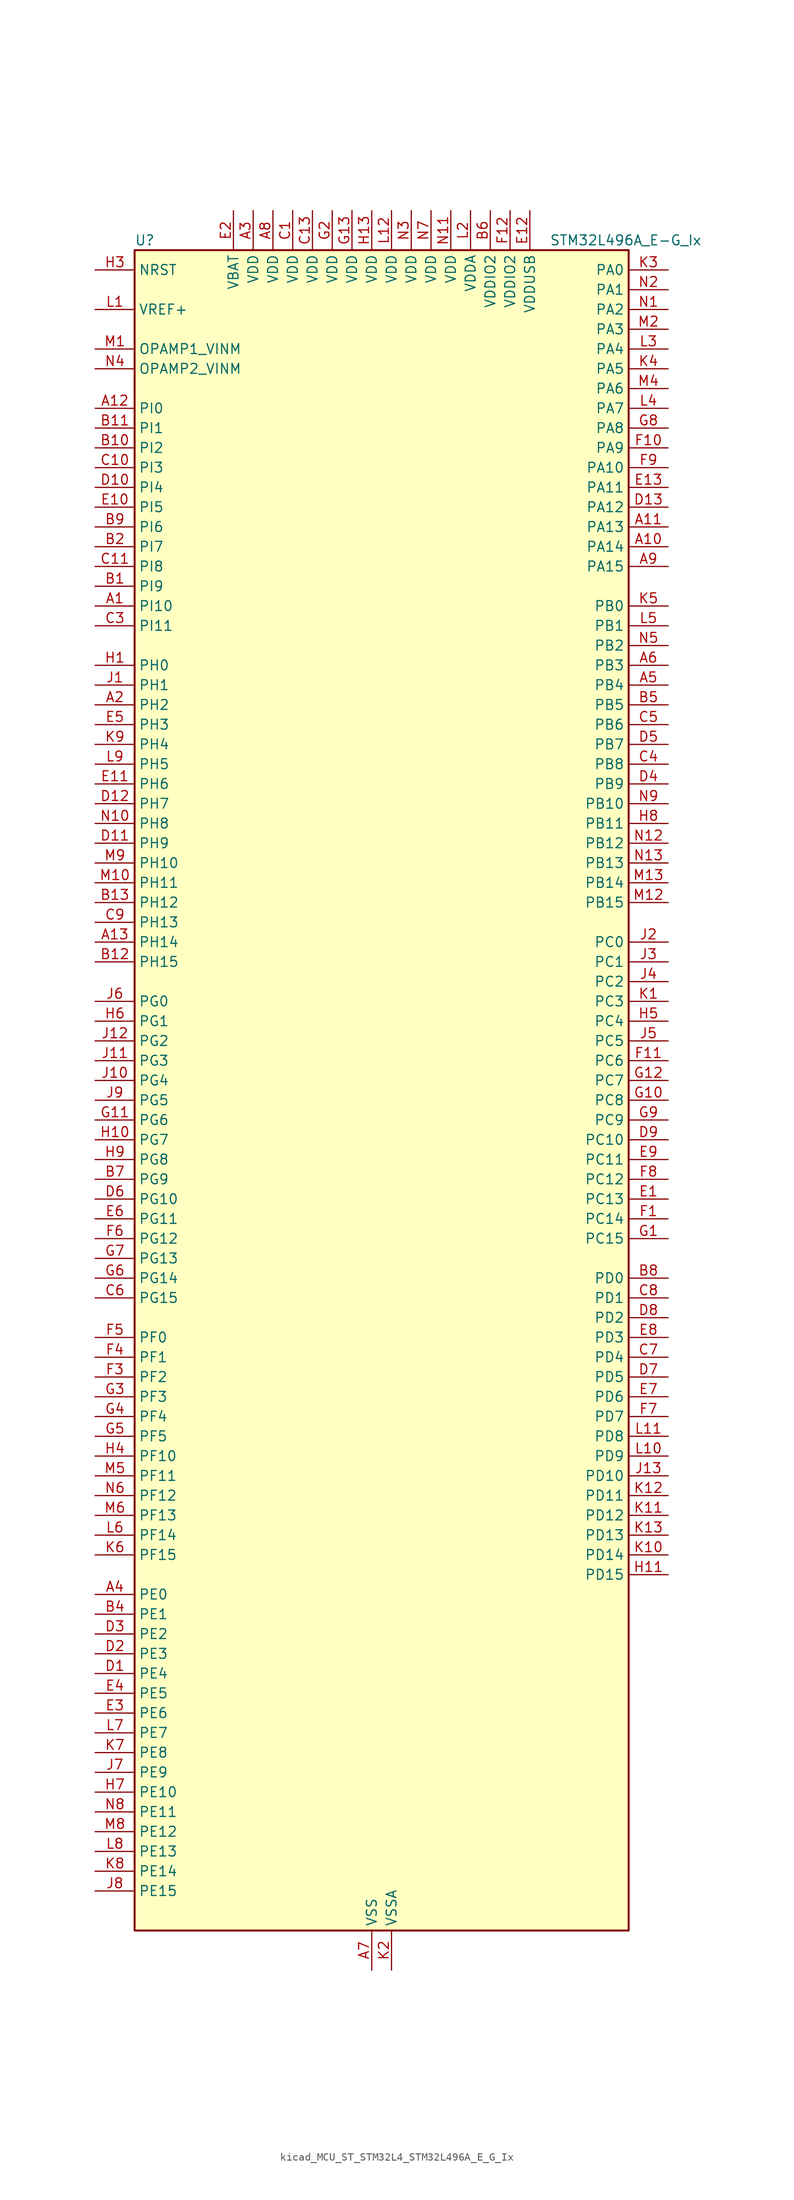
<source format=kicad_sym>
(kicad_symbol_lib
  (version 20220914)
  (generator kicad_symbol_editor)
  (symbol "kicad_MCU_ST_STM32L4_STM32L496A_E_G_Ix"
    (property "Reference" "U"
      (at -30.48 110.49 0)
      (effects (font (size 1.27 1.27)) (justify left)))
    (property "Value" "STM32L496A_E-G_Ix"
      (at 22.86 110.49 0)
      (effects (font (size 1.27 1.27)) (justify left)))
    (property "ki_locked" ""
      (at 0 0 0)
      (effects (font (size 1.27 1.27))))
    (symbol "kicad_MCU_ST_STM32L4_STM32L496A_E_G_Ix_0_1"
      (rectangle (start -30.48 -106.68) (end 33.02 109.22) (stroke (width 0.254) (type default)) (fill (type background))))
    (symbol "kicad_MCU_ST_STM32L4_STM32L496A_E_G_Ix_1_1"
      (pin bidirectional line (at -35.56 63.5 0) (length 5.08) (name "PI10" (effects (font (size 1.27 1.27)))) (number "A1" (effects (font (size 1.27 1.27)))))
      (pin bidirectional line (at 38.1 71.12 180) (length 5.08) (name "PA14" (effects (font (size 1.27 1.27)))) (number "A10" (effects (font (size 1.27 1.27)))) (alternate "I2C1_SMBA" bidirectional line) (alternate "I2C4_SMBA" bidirectional line) (alternate "LPTIM1_OUT" bidirectional line) (alternate "SAI1_FS_B" bidirectional line) (alternate "SWPMI1_RX" bidirectional line) (alternate "SYS_JTCK-SWCLK" bidirectional line) (alternate "USB_OTG_FS_SOF" bidirectional line))
      (pin bidirectional line (at 38.1 73.66 180) (length 5.08) (name "PA13" (effects (font (size 1.27 1.27)))) (number "A11" (effects (font (size 1.27 1.27)))) (alternate "IR_OUT" bidirectional line) (alternate "SAI1_SD_B" bidirectional line) (alternate "SWPMI1_TX" bidirectional line) (alternate "SYS_JTMS-SWDIO" bidirectional line) (alternate "USB_OTG_FS_NOE" bidirectional line))
      (pin bidirectional line (at -35.56 88.9 0) (length 5.08) (name "PI0" (effects (font (size 1.27 1.27)))) (number "A12" (effects (font (size 1.27 1.27)))) (alternate "DCMI_D13" bidirectional line) (alternate "SPI2_NSS" bidirectional line) (alternate "TIM5_CH4" bidirectional line))
      (pin bidirectional line (at -35.56 20.32 0) (length 5.08) (name "PH14" (effects (font (size 1.27 1.27)))) (number "A13" (effects (font (size 1.27 1.27)))) (alternate "DCMI_D4" bidirectional line) (alternate "TIM8_CH2N" bidirectional line))
      (pin bidirectional line (at -35.56 50.8 0) (length 5.08) (name "PH2" (effects (font (size 1.27 1.27)))) (number "A2" (effects (font (size 1.27 1.27)))) (alternate "QUADSPI_BK2_IO0" bidirectional line))
      (pin power_in line (at -15.24 114.3 270) (length 5.08) (name "VDD" (effects (font (size 1.27 1.27)))) (number "A3" (effects (font (size 1.27 1.27)))))
      (pin bidirectional line (at -35.56 -63.5 0) (length 5.08) (name "PE0" (effects (font (size 1.27 1.27)))) (number "A4" (effects (font (size 1.27 1.27)))) (alternate "DCMI_D2" bidirectional line) (alternate "FMC_NBL0" bidirectional line) (alternate "LCD_SEG36" bidirectional line) (alternate "TIM16_CH1" bidirectional line) (alternate "TIM4_ETR" bidirectional line))
      (pin bidirectional line (at 38.1 53.34 180) (length 5.08) (name "PB4" (effects (font (size 1.27 1.27)))) (number "A5" (effects (font (size 1.27 1.27)))) (alternate "COMP2_INP" bidirectional line) (alternate "DCMI_D12" bidirectional line) (alternate "I2C3_SDA" bidirectional line) (alternate "LCD_SEG8" bidirectional line) (alternate "SAI1_MCLK_B" bidirectional line) (alternate "SPI1_MISO" bidirectional line) (alternate "SPI3_MISO" bidirectional line) (alternate "SYS_JTRST" bidirectional line) (alternate "TIM17_BKIN" bidirectional line) (alternate "TIM3_CH1" bidirectional line) (alternate "TSC_G2_IO1" bidirectional line) (alternate "UART5_DE" bidirectional line) (alternate "UART5_RTS" bidirectional line) (alternate "USART1_CTS" bidirectional line))
      (pin bidirectional line (at 38.1 55.88 180) (length 5.08) (name "PB3" (effects (font (size 1.27 1.27)))) (number "A6" (effects (font (size 1.27 1.27)))) (alternate "COMP2_INM" bidirectional line) (alternate "CRS_SYNC" bidirectional line) (alternate "LCD_SEG7" bidirectional line) (alternate "SAI1_SCK_B" bidirectional line) (alternate "SPI1_SCK" bidirectional line) (alternate "SPI3_SCK" bidirectional line) (alternate "SYS_JTDO-SWO" bidirectional line) (alternate "TIM2_CH2" bidirectional line) (alternate "USART1_DE" bidirectional line) (alternate "USART1_RTS" bidirectional line))
      (pin power_in line (at 0 -111.76 90) (length 5.08) (name "VSS" (effects (font (size 1.27 1.27)))) (number "A7" (effects (font (size 1.27 1.27)))))
      (pin power_in line (at -12.7 114.3 270) (length 5.08) (name "VDD" (effects (font (size 1.27 1.27)))) (number "A8" (effects (font (size 1.27 1.27)))))
      (pin bidirectional line (at 38.1 68.58 180) (length 5.08) (name "PA15" (effects (font (size 1.27 1.27)))) (number "A9" (effects (font (size 1.27 1.27)))) (alternate "ADC1_EXTI15" bidirectional line) (alternate "ADC2_EXTI15" bidirectional line) (alternate "ADC3_EXTI15" bidirectional line) (alternate "LCD_SEG17" bidirectional line) (alternate "SAI2_FS_B" bidirectional line) (alternate "SPI1_NSS" bidirectional line) (alternate "SPI3_NSS" bidirectional line) (alternate "SWPMI1_SUSPEND" bidirectional line) (alternate "SYS_JTDI" bidirectional line) (alternate "TIM2_CH1" bidirectional line) (alternate "TIM2_ETR" bidirectional line) (alternate "TSC_G3_IO1" bidirectional line) (alternate "UART4_DE" bidirectional line) (alternate "UART4_RTS" bidirectional line) (alternate "USART2_RX" bidirectional line) (alternate "USART3_DE" bidirectional line) (alternate "USART3_RTS" bidirectional line))
      (pin bidirectional line (at -35.56 66.04 0) (length 5.08) (name "PI9" (effects (font (size 1.27 1.27)))) (number "B1" (effects (font (size 1.27 1.27)))) (alternate "CAN1_RX" bidirectional line) (alternate "DAC1_EXTI9" bidirectional line))
      (pin bidirectional line (at -35.56 83.82 0) (length 5.08) (name "PI2" (effects (font (size 1.27 1.27)))) (number "B10" (effects (font (size 1.27 1.27)))) (alternate "DCMI_D9" bidirectional line) (alternate "SPI2_MISO" bidirectional line) (alternate "TIM8_CH4" bidirectional line))
      (pin bidirectional line (at -35.56 86.36 0) (length 5.08) (name "PI1" (effects (font (size 1.27 1.27)))) (number "B11" (effects (font (size 1.27 1.27)))) (alternate "DCMI_D8" bidirectional line) (alternate "SPI2_SCK" bidirectional line))
      (pin bidirectional line (at -35.56 17.78 0) (length 5.08) (name "PH15" (effects (font (size 1.27 1.27)))) (number "B12" (effects (font (size 1.27 1.27)))) (alternate "ADC1_EXTI15" bidirectional line) (alternate "ADC2_EXTI15" bidirectional line) (alternate "ADC3_EXTI15" bidirectional line) (alternate "DCMI_D11" bidirectional line) (alternate "TIM8_CH3N" bidirectional line))
      (pin bidirectional line (at -35.56 25.4 0) (length 5.08) (name "PH12" (effects (font (size 1.27 1.27)))) (number "B13" (effects (font (size 1.27 1.27)))) (alternate "DCMI_D3" bidirectional line) (alternate "TIM5_CH3" bidirectional line))
      (pin bidirectional line (at -35.56 71.12 0) (length 5.08) (name "PI7" (effects (font (size 1.27 1.27)))) (number "B2" (effects (font (size 1.27 1.27)))) (alternate "DCMI_D7" bidirectional line) (alternate "TIM8_CH3" bidirectional line))
      (pin passive line (at 0 -111.76 90) (length 5.08) hide (name "VSS" (effects (font (size 1.27 1.27)))) (number "B3" (effects (font (size 1.27 1.27)))))
      (pin bidirectional line (at -35.56 -66.04 0) (length 5.08) (name "PE1" (effects (font (size 1.27 1.27)))) (number "B4" (effects (font (size 1.27 1.27)))) (alternate "DCMI_D3" bidirectional line) (alternate "FMC_NBL1" bidirectional line) (alternate "LCD_SEG37" bidirectional line) (alternate "TIM17_CH1" bidirectional line))
      (pin bidirectional line (at 38.1 50.8 180) (length 5.08) (name "PB5" (effects (font (size 1.27 1.27)))) (number "B5" (effects (font (size 1.27 1.27)))) (alternate "CAN2_RX" bidirectional line) (alternate "COMP2_OUT" bidirectional line) (alternate "DCMI_D10" bidirectional line) (alternate "I2C1_SMBA" bidirectional line) (alternate "LCD_SEG9" bidirectional line) (alternate "LPTIM1_IN1" bidirectional line) (alternate "SAI1_SD_B" bidirectional line) (alternate "SPI1_MOSI" bidirectional line) (alternate "SPI3_MOSI" bidirectional line) (alternate "TIM16_BKIN" bidirectional line) (alternate "TIM3_CH2" bidirectional line) (alternate "TSC_G2_IO2" bidirectional line) (alternate "UART5_CTS" bidirectional line) (alternate "USART1_CK" bidirectional line))
      (pin power_in line (at 15.24 114.3 270) (length 5.08) (name "VDDIO2" (effects (font (size 1.27 1.27)))) (number "B6" (effects (font (size 1.27 1.27)))))
      (pin bidirectional line (at -35.56 -10.16 0) (length 5.08) (name "PG9" (effects (font (size 1.27 1.27)))) (number "B7" (effects (font (size 1.27 1.27)))) (alternate "DAC1_EXTI9" bidirectional line) (alternate "FMC_NCE" bidirectional line) (alternate "FMC_NE2" bidirectional line) (alternate "SAI2_SCK_A" bidirectional line) (alternate "SPI3_SCK" bidirectional line) (alternate "TIM15_CH1N" bidirectional line) (alternate "USART1_TX" bidirectional line))
      (pin bidirectional line (at 38.1 -22.86 180) (length 5.08) (name "PD0" (effects (font (size 1.27 1.27)))) (number "B8" (effects (font (size 1.27 1.27)))) (alternate "CAN1_RX" bidirectional line) (alternate "DFSDM1_DATIN7" bidirectional line) (alternate "FMC_D2" bidirectional line) (alternate "FMC_DA2" bidirectional line) (alternate "SPI2_NSS" bidirectional line))
      (pin bidirectional line (at -35.56 73.66 0) (length 5.08) (name "PI6" (effects (font (size 1.27 1.27)))) (number "B9" (effects (font (size 1.27 1.27)))) (alternate "DCMI_D6" bidirectional line) (alternate "TIM8_CH2" bidirectional line))
      (pin power_in line (at -10.16 114.3 270) (length 5.08) (name "VDD" (effects (font (size 1.27 1.27)))) (number "C1" (effects (font (size 1.27 1.27)))))
      (pin bidirectional line (at -35.56 81.28 0) (length 5.08) (name "PI3" (effects (font (size 1.27 1.27)))) (number "C10" (effects (font (size 1.27 1.27)))) (alternate "DCMI_D10" bidirectional line) (alternate "SPI2_MOSI" bidirectional line) (alternate "TIM8_ETR" bidirectional line))
      (pin bidirectional line (at -35.56 68.58 0) (length 5.08) (name "PI8" (effects (font (size 1.27 1.27)))) (number "C11" (effects (font (size 1.27 1.27)))) (alternate "DCMI_D12" bidirectional line))
      (pin passive line (at 0 -111.76 90) (length 5.08) hide (name "VSS" (effects (font (size 1.27 1.27)))) (number "C12" (effects (font (size 1.27 1.27)))))
      (pin power_in line (at -7.62 114.3 270) (length 5.08) (name "VDD" (effects (font (size 1.27 1.27)))) (number "C13" (effects (font (size 1.27 1.27)))))
      (pin passive line (at 0 -111.76 90) (length 5.08) hide (name "VSS" (effects (font (size 1.27 1.27)))) (number "C2" (effects (font (size 1.27 1.27)))))
      (pin bidirectional line (at -35.56 60.96 0) (length 5.08) (name "PI11" (effects (font (size 1.27 1.27)))) (number "C3" (effects (font (size 1.27 1.27)))) (alternate "ADC1_EXTI11" bidirectional line) (alternate "ADC2_EXTI11" bidirectional line) (alternate "ADC3_EXTI11" bidirectional line))
      (pin bidirectional line (at 38.1 43.18 180) (length 5.08) (name "PB8" (effects (font (size 1.27 1.27)))) (number "C4" (effects (font (size 1.27 1.27)))) (alternate "CAN1_RX" bidirectional line) (alternate "DCMI_D6" bidirectional line) (alternate "DFSDM1_DATIN6" bidirectional line) (alternate "I2C1_SCL" bidirectional line) (alternate "LCD_SEG16" bidirectional line) (alternate "SAI1_MCLK_A" bidirectional line) (alternate "SDMMC1_D4" bidirectional line) (alternate "TIM16_CH1" bidirectional line) (alternate "TIM4_CH3" bidirectional line))
      (pin bidirectional line (at 38.1 48.26 180) (length 5.08) (name "PB6" (effects (font (size 1.27 1.27)))) (number "C5" (effects (font (size 1.27 1.27)))) (alternate "CAN2_TX" bidirectional line) (alternate "COMP2_INP" bidirectional line) (alternate "DCMI_D5" bidirectional line) (alternate "DFSDM1_DATIN5" bidirectional line) (alternate "I2C1_SCL" bidirectional line) (alternate "I2C4_SCL" bidirectional line) (alternate "LPTIM1_ETR" bidirectional line) (alternate "SAI1_FS_B" bidirectional line) (alternate "TIM16_CH1N" bidirectional line) (alternate "TIM4_CH1" bidirectional line) (alternate "TIM8_BKIN2" bidirectional line) (alternate "TIM8_BKIN2_COMP2" bidirectional line) (alternate "TSC_G2_IO3" bidirectional line) (alternate "USART1_TX" bidirectional line))
      (pin bidirectional line (at -35.56 -25.4 0) (length 5.08) (name "PG15" (effects (font (size 1.27 1.27)))) (number "C6" (effects (font (size 1.27 1.27)))) (alternate "ADC1_EXTI15" bidirectional line) (alternate "ADC2_EXTI15" bidirectional line) (alternate "ADC3_EXTI15" bidirectional line) (alternate "DCMI_D13" bidirectional line) (alternate "I2C1_SMBA" bidirectional line) (alternate "LPTIM1_OUT" bidirectional line))
      (pin bidirectional line (at 38.1 -33.02 180) (length 5.08) (name "PD4" (effects (font (size 1.27 1.27)))) (number "C7" (effects (font (size 1.27 1.27)))) (alternate "DFSDM1_CKIN0" bidirectional line) (alternate "FMC_NOE" bidirectional line) (alternate "QUADSPI_BK2_IO0" bidirectional line) (alternate "SPI2_MOSI" bidirectional line) (alternate "USART2_DE" bidirectional line) (alternate "USART2_RTS" bidirectional line))
      (pin bidirectional line (at 38.1 -25.4 180) (length 5.08) (name "PD1" (effects (font (size 1.27 1.27)))) (number "C8" (effects (font (size 1.27 1.27)))) (alternate "CAN1_TX" bidirectional line) (alternate "DFSDM1_CKIN7" bidirectional line) (alternate "FMC_D3" bidirectional line) (alternate "FMC_DA3" bidirectional line) (alternate "SPI2_SCK" bidirectional line))
      (pin bidirectional line (at -35.56 22.86 0) (length 5.08) (name "PH13" (effects (font (size 1.27 1.27)))) (number "C9" (effects (font (size 1.27 1.27)))) (alternate "CAN1_TX" bidirectional line) (alternate "TIM8_CH1N" bidirectional line))
      (pin bidirectional line (at -35.56 -73.66 0) (length 5.08) (name "PE4" (effects (font (size 1.27 1.27)))) (number "D1" (effects (font (size 1.27 1.27)))) (alternate "DCMI_D4" bidirectional line) (alternate "DFSDM1_DATIN3" bidirectional line) (alternate "FMC_A20" bidirectional line) (alternate "SAI1_FS_A" bidirectional line) (alternate "SYS_TRACED1" bidirectional line) (alternate "TIM3_CH2" bidirectional line) (alternate "TSC_G7_IO3" bidirectional line))
      (pin bidirectional line (at -35.56 78.74 0) (length 5.08) (name "PI4" (effects (font (size 1.27 1.27)))) (number "D10" (effects (font (size 1.27 1.27)))) (alternate "DCMI_D5" bidirectional line) (alternate "TIM8_BKIN" bidirectional line))
      (pin bidirectional line (at -35.56 33.02 0) (length 5.08) (name "PH9" (effects (font (size 1.27 1.27)))) (number "D11" (effects (font (size 1.27 1.27)))) (alternate "DAC1_EXTI9" bidirectional line) (alternate "DCMI_D0" bidirectional line) (alternate "I2C3_SMBA" bidirectional line))
      (pin bidirectional line (at -35.56 38.1 0) (length 5.08) (name "PH7" (effects (font (size 1.27 1.27)))) (number "D12" (effects (font (size 1.27 1.27)))) (alternate "DCMI_D9" bidirectional line) (alternate "I2C3_SCL" bidirectional line))
      (pin bidirectional line (at 38.1 76.2 180) (length 5.08) (name "PA12" (effects (font (size 1.27 1.27)))) (number "D13" (effects (font (size 1.27 1.27)))) (alternate "CAN1_TX" bidirectional line) (alternate "SPI1_MOSI" bidirectional line) (alternate "TIM1_ETR" bidirectional line) (alternate "USART1_DE" bidirectional line) (alternate "USART1_RTS" bidirectional line) (alternate "USB_OTG_FS_DP" bidirectional line))
      (pin bidirectional line (at -35.56 -71.12 0) (length 5.08) (name "PE3" (effects (font (size 1.27 1.27)))) (number "D2" (effects (font (size 1.27 1.27)))) (alternate "FMC_A19" bidirectional line) (alternate "LCD_SEG39" bidirectional line) (alternate "SAI1_SD_B" bidirectional line) (alternate "SYS_TRACED0" bidirectional line) (alternate "TIM3_CH1" bidirectional line) (alternate "TSC_G7_IO2" bidirectional line))
      (pin bidirectional line (at -35.56 -68.58 0) (length 5.08) (name "PE2" (effects (font (size 1.27 1.27)))) (number "D3" (effects (font (size 1.27 1.27)))) (alternate "FMC_A23" bidirectional line) (alternate "LCD_SEG38" bidirectional line) (alternate "SAI1_MCLK_A" bidirectional line) (alternate "SYS_TRACECLK" bidirectional line) (alternate "TIM3_ETR" bidirectional line) (alternate "TSC_G7_IO1" bidirectional line))
      (pin bidirectional line (at 38.1 40.64 180) (length 5.08) (name "PB9" (effects (font (size 1.27 1.27)))) (number "D4" (effects (font (size 1.27 1.27)))) (alternate "CAN1_TX" bidirectional line) (alternate "DAC1_EXTI9" bidirectional line) (alternate "DCMI_D7" bidirectional line) (alternate "DFSDM1_CKIN6" bidirectional line) (alternate "I2C1_SDA" bidirectional line) (alternate "IR_OUT" bidirectional line) (alternate "LCD_COM3" bidirectional line) (alternate "SAI1_FS_A" bidirectional line) (alternate "SDMMC1_D5" bidirectional line) (alternate "SPI2_NSS" bidirectional line) (alternate "TIM17_CH1" bidirectional line) (alternate "TIM4_CH4" bidirectional line))
      (pin bidirectional line (at 38.1 45.72 180) (length 5.08) (name "PB7" (effects (font (size 1.27 1.27)))) (number "D5" (effects (font (size 1.27 1.27)))) (alternate "COMP2_INM" bidirectional line) (alternate "DCMI_VSYNC" bidirectional line) (alternate "DFSDM1_CKIN5" bidirectional line) (alternate "FMC_NL" bidirectional line) (alternate "I2C1_SDA" bidirectional line) (alternate "I2C4_SDA" bidirectional line) (alternate "LCD_SEG21" bidirectional line) (alternate "LPTIM1_IN2" bidirectional line) (alternate "SYS_PVD_IN" bidirectional line) (alternate "TIM17_CH1N" bidirectional line) (alternate "TIM4_CH2" bidirectional line) (alternate "TIM8_BKIN" bidirectional line) (alternate "TIM8_BKIN_COMP1" bidirectional line) (alternate "TSC_G2_IO4" bidirectional line) (alternate "UART4_CTS" bidirectional line) (alternate "USART1_RX" bidirectional line))
      (pin bidirectional line (at -35.56 -12.7 0) (length 5.08) (name "PG10" (effects (font (size 1.27 1.27)))) (number "D6" (effects (font (size 1.27 1.27)))) (alternate "FMC_NE3" bidirectional line) (alternate "LPTIM1_IN1" bidirectional line) (alternate "SAI2_FS_A" bidirectional line) (alternate "SPI3_MISO" bidirectional line) (alternate "TIM15_CH1" bidirectional line) (alternate "USART1_RX" bidirectional line))
      (pin bidirectional line (at 38.1 -35.56 180) (length 5.08) (name "PD5" (effects (font (size 1.27 1.27)))) (number "D7" (effects (font (size 1.27 1.27)))) (alternate "FMC_NWE" bidirectional line) (alternate "QUADSPI_BK2_IO1" bidirectional line) (alternate "USART2_TX" bidirectional line))
      (pin bidirectional line (at 38.1 -27.94 180) (length 5.08) (name "PD2" (effects (font (size 1.27 1.27)))) (number "D8" (effects (font (size 1.27 1.27)))) (alternate "DCMI_D11" bidirectional line) (alternate "LCD_COM7" bidirectional line) (alternate "LCD_SEG31" bidirectional line) (alternate "LCD_SEG43" bidirectional line) (alternate "SDMMC1_CMD" bidirectional line) (alternate "SYS_TRACED2" bidirectional line) (alternate "TIM3_ETR" bidirectional line) (alternate "TSC_SYNC" bidirectional line) (alternate "UART5_RX" bidirectional line) (alternate "USART3_DE" bidirectional line) (alternate "USART3_RTS" bidirectional line))
      (pin bidirectional line (at 38.1 -5.08 180) (length 5.08) (name "PC10" (effects (font (size 1.27 1.27)))) (number "D9" (effects (font (size 1.27 1.27)))) (alternate "DCMI_D8" bidirectional line) (alternate "LCD_COM4" bidirectional line) (alternate "LCD_SEG28" bidirectional line) (alternate "LCD_SEG40" bidirectional line) (alternate "SAI2_SCK_B" bidirectional line) (alternate "SDMMC1_D2" bidirectional line) (alternate "SPI3_SCK" bidirectional line) (alternate "SYS_TRACED1" bidirectional line) (alternate "TSC_G3_IO2" bidirectional line) (alternate "UART4_TX" bidirectional line) (alternate "USART3_TX" bidirectional line))
      (pin bidirectional line (at 38.1 -12.7 180) (length 5.08) (name "PC13" (effects (font (size 1.27 1.27)))) (number "E1" (effects (font (size 1.27 1.27)))) (alternate "RTC_OUT_ALARM" bidirectional line) (alternate "RTC_OUT_CALIB" bidirectional line) (alternate "RTC_TAMP1" bidirectional line) (alternate "RTC_TS" bidirectional line) (alternate "SYS_WKUP2" bidirectional line))
      (pin bidirectional line (at -35.56 76.2 0) (length 5.08) (name "PI5" (effects (font (size 1.27 1.27)))) (number "E10" (effects (font (size 1.27 1.27)))) (alternate "DCMI_VSYNC" bidirectional line) (alternate "TIM8_CH1" bidirectional line))
      (pin bidirectional line (at -35.56 40.64 0) (length 5.08) (name "PH6" (effects (font (size 1.27 1.27)))) (number "E11" (effects (font (size 1.27 1.27)))) (alternate "DCMI_D8" bidirectional line) (alternate "I2C2_SMBA" bidirectional line))
      (pin power_in line (at 20.32 114.3 270) (length 5.08) (name "VDDUSB" (effects (font (size 1.27 1.27)))) (number "E12" (effects (font (size 1.27 1.27)))))
      (pin bidirectional line (at 38.1 78.74 180) (length 5.08) (name "PA11" (effects (font (size 1.27 1.27)))) (number "E13" (effects (font (size 1.27 1.27)))) (alternate "ADC1_EXTI11" bidirectional line) (alternate "ADC2_EXTI11" bidirectional line) (alternate "ADC3_EXTI11" bidirectional line) (alternate "CAN1_RX" bidirectional line) (alternate "SPI1_MISO" bidirectional line) (alternate "TIM1_BKIN2" bidirectional line) (alternate "TIM1_BKIN2_COMP1" bidirectional line) (alternate "TIM1_CH4" bidirectional line) (alternate "USART1_CTS" bidirectional line) (alternate "USB_OTG_FS_DM" bidirectional line))
      (pin power_in line (at -17.78 114.3 270) (length 5.08) (name "VBAT" (effects (font (size 1.27 1.27)))) (number "E2" (effects (font (size 1.27 1.27)))))
      (pin bidirectional line (at -35.56 -78.74 0) (length 5.08) (name "PE6" (effects (font (size 1.27 1.27)))) (number "E3" (effects (font (size 1.27 1.27)))) (alternate "DCMI_D7" bidirectional line) (alternate "FMC_A22" bidirectional line) (alternate "RTC_TAMP3" bidirectional line) (alternate "SAI1_SD_A" bidirectional line) (alternate "SYS_TRACED3" bidirectional line) (alternate "SYS_WKUP3" bidirectional line) (alternate "TIM3_CH4" bidirectional line))
      (pin bidirectional line (at -35.56 -76.2 0) (length 5.08) (name "PE5" (effects (font (size 1.27 1.27)))) (number "E4" (effects (font (size 1.27 1.27)))) (alternate "DCMI_D6" bidirectional line) (alternate "DFSDM1_CKIN3" bidirectional line) (alternate "FMC_A21" bidirectional line) (alternate "SAI1_SCK_A" bidirectional line) (alternate "SYS_TRACED2" bidirectional line) (alternate "TIM3_CH3" bidirectional line) (alternate "TSC_G7_IO4" bidirectional line))
      (pin bidirectional line (at -35.56 48.26 0) (length 5.08) (name "PH3" (effects (font (size 1.27 1.27)))) (number "E5" (effects (font (size 1.27 1.27)))))
      (pin bidirectional line (at -35.56 -15.24 0) (length 5.08) (name "PG11" (effects (font (size 1.27 1.27)))) (number "E6" (effects (font (size 1.27 1.27)))) (alternate "ADC1_EXTI11" bidirectional line) (alternate "ADC2_EXTI11" bidirectional line) (alternate "ADC3_EXTI11" bidirectional line) (alternate "LPTIM1_IN2" bidirectional line) (alternate "SAI2_MCLK_A" bidirectional line) (alternate "SPI3_MOSI" bidirectional line) (alternate "TIM15_CH2" bidirectional line) (alternate "USART1_CTS" bidirectional line))
      (pin bidirectional line (at 38.1 -38.1 180) (length 5.08) (name "PD6" (effects (font (size 1.27 1.27)))) (number "E7" (effects (font (size 1.27 1.27)))) (alternate "DCMI_D10" bidirectional line) (alternate "DFSDM1_DATIN1" bidirectional line) (alternate "FMC_NWAIT" bidirectional line) (alternate "QUADSPI_BK2_IO1" bidirectional line) (alternate "QUADSPI_BK2_IO2" bidirectional line) (alternate "SAI1_SD_A" bidirectional line) (alternate "USART2_RX" bidirectional line))
      (pin bidirectional line (at 38.1 -30.48 180) (length 5.08) (name "PD3" (effects (font (size 1.27 1.27)))) (number "E8" (effects (font (size 1.27 1.27)))) (alternate "DCMI_D5" bidirectional line) (alternate "DFSDM1_DATIN0" bidirectional line) (alternate "FMC_CLK" bidirectional line) (alternate "QUADSPI_BK2_NCS" bidirectional line) (alternate "SPI2_MISO" bidirectional line) (alternate "SPI2_SCK" bidirectional line) (alternate "USART2_CTS" bidirectional line))
      (pin bidirectional line (at 38.1 -7.62 180) (length 5.08) (name "PC11" (effects (font (size 1.27 1.27)))) (number "E9" (effects (font (size 1.27 1.27)))) (alternate "ADC1_EXTI11" bidirectional line) (alternate "ADC2_EXTI11" bidirectional line) (alternate "ADC3_EXTI11" bidirectional line) (alternate "DCMI_D4" bidirectional line) (alternate "LCD_COM5" bidirectional line) (alternate "LCD_SEG29" bidirectional line) (alternate "LCD_SEG41" bidirectional line) (alternate "QUADSPI_BK2_NCS" bidirectional line) (alternate "SAI2_MCLK_B" bidirectional line) (alternate "SDMMC1_D3" bidirectional line) (alternate "SPI3_MISO" bidirectional line) (alternate "TSC_G3_IO3" bidirectional line) (alternate "UART4_RX" bidirectional line) (alternate "USART3_RX" bidirectional line))
      (pin bidirectional line (at 38.1 -15.24 180) (length 5.08) (name "PC14" (effects (font (size 1.27 1.27)))) (number "F1" (effects (font (size 1.27 1.27)))) (alternate "RCC_OSC32_IN" bidirectional line))
      (pin bidirectional line (at 38.1 83.82 180) (length 5.08) (name "PA9" (effects (font (size 1.27 1.27)))) (number "F10" (effects (font (size 1.27 1.27)))) (alternate "DAC1_EXTI9" bidirectional line) (alternate "DCMI_D0" bidirectional line) (alternate "LCD_COM1" bidirectional line) (alternate "SAI1_FS_A" bidirectional line) (alternate "SPI2_SCK" bidirectional line) (alternate "TIM15_BKIN" bidirectional line) (alternate "TIM1_CH2" bidirectional line) (alternate "USART1_TX" bidirectional line) (alternate "USB_OTG_FS_VBUS" bidirectional line))
      (pin bidirectional line (at 38.1 5.08 180) (length 5.08) (name "PC6" (effects (font (size 1.27 1.27)))) (number "F11" (effects (font (size 1.27 1.27)))) (alternate "DCMI_D0" bidirectional line) (alternate "DFSDM1_CKIN3" bidirectional line) (alternate "LCD_SEG24" bidirectional line) (alternate "SAI2_MCLK_A" bidirectional line) (alternate "SDMMC1_D6" bidirectional line) (alternate "TIM3_CH1" bidirectional line) (alternate "TIM8_CH1" bidirectional line) (alternate "TSC_G4_IO1" bidirectional line))
      (pin power_in line (at 17.78 114.3 270) (length 5.08) (name "VDDIO2" (effects (font (size 1.27 1.27)))) (number "F12" (effects (font (size 1.27 1.27)))))
      (pin passive line (at 0 -111.76 90) (length 5.08) hide (name "VSS" (effects (font (size 1.27 1.27)))) (number "F13" (effects (font (size 1.27 1.27)))))
      (pin passive line (at 0 -111.76 90) (length 5.08) hide (name "VSS" (effects (font (size 1.27 1.27)))) (number "F2" (effects (font (size 1.27 1.27)))))
      (pin bidirectional line (at -35.56 -35.56 0) (length 5.08) (name "PF2" (effects (font (size 1.27 1.27)))) (number "F3" (effects (font (size 1.27 1.27)))) (alternate "FMC_A2" bidirectional line) (alternate "I2C2_SMBA" bidirectional line))
      (pin bidirectional line (at -35.56 -33.02 0) (length 5.08) (name "PF1" (effects (font (size 1.27 1.27)))) (number "F4" (effects (font (size 1.27 1.27)))) (alternate "FMC_A1" bidirectional line) (alternate "I2C2_SCL" bidirectional line))
      (pin bidirectional line (at -35.56 -30.48 0) (length 5.08) (name "PF0" (effects (font (size 1.27 1.27)))) (number "F5" (effects (font (size 1.27 1.27)))) (alternate "FMC_A0" bidirectional line) (alternate "I2C2_SDA" bidirectional line))
      (pin bidirectional line (at -35.56 -17.78 0) (length 5.08) (name "PG12" (effects (font (size 1.27 1.27)))) (number "F6" (effects (font (size 1.27 1.27)))) (alternate "FMC_NE4" bidirectional line) (alternate "LPTIM1_ETR" bidirectional line) (alternate "SAI2_SD_A" bidirectional line) (alternate "SPI3_NSS" bidirectional line) (alternate "USART1_DE" bidirectional line) (alternate "USART1_RTS" bidirectional line))
      (pin bidirectional line (at 38.1 -40.64 180) (length 5.08) (name "PD7" (effects (font (size 1.27 1.27)))) (number "F7" (effects (font (size 1.27 1.27)))) (alternate "DFSDM1_CKIN1" bidirectional line) (alternate "FMC_NE1" bidirectional line) (alternate "QUADSPI_BK2_IO3" bidirectional line) (alternate "USART2_CK" bidirectional line))
      (pin bidirectional line (at 38.1 -10.16 180) (length 5.08) (name "PC12" (effects (font (size 1.27 1.27)))) (number "F8" (effects (font (size 1.27 1.27)))) (alternate "DCMI_D9" bidirectional line) (alternate "LCD_COM6" bidirectional line) (alternate "LCD_SEG30" bidirectional line) (alternate "LCD_SEG42" bidirectional line) (alternate "SAI2_SD_B" bidirectional line) (alternate "SDMMC1_CK" bidirectional line) (alternate "SPI3_MOSI" bidirectional line) (alternate "SYS_TRACED3" bidirectional line) (alternate "TSC_G3_IO4" bidirectional line) (alternate "UART5_TX" bidirectional line) (alternate "USART3_CK" bidirectional line))
      (pin bidirectional line (at 38.1 81.28 180) (length 5.08) (name "PA10" (effects (font (size 1.27 1.27)))) (number "F9" (effects (font (size 1.27 1.27)))) (alternate "DCMI_D1" bidirectional line) (alternate "LCD_COM2" bidirectional line) (alternate "SAI1_SD_A" bidirectional line) (alternate "TIM17_BKIN" bidirectional line) (alternate "TIM1_CH3" bidirectional line) (alternate "USART1_RX" bidirectional line) (alternate "USB_OTG_FS_ID" bidirectional line))
      (pin bidirectional line (at 38.1 -17.78 180) (length 5.08) (name "PC15" (effects (font (size 1.27 1.27)))) (number "G1" (effects (font (size 1.27 1.27)))) (alternate "ADC1_EXTI15" bidirectional line) (alternate "ADC2_EXTI15" bidirectional line) (alternate "ADC3_EXTI15" bidirectional line) (alternate "RCC_OSC32_OUT" bidirectional line))
      (pin bidirectional line (at 38.1 0 180) (length 5.08) (name "PC8" (effects (font (size 1.27 1.27)))) (number "G10" (effects (font (size 1.27 1.27)))) (alternate "DCMI_D2" bidirectional line) (alternate "LCD_SEG26" bidirectional line) (alternate "SDMMC1_D0" bidirectional line) (alternate "TIM3_CH3" bidirectional line) (alternate "TIM8_CH3" bidirectional line) (alternate "TSC_G4_IO3" bidirectional line))
      (pin bidirectional line (at -35.56 -2.54 0) (length 5.08) (name "PG6" (effects (font (size 1.27 1.27)))) (number "G11" (effects (font (size 1.27 1.27)))) (alternate "I2C3_SMBA" bidirectional line) (alternate "LPUART1_DE" bidirectional line) (alternate "LPUART1_RTS" bidirectional line))
      (pin bidirectional line (at 38.1 2.54 180) (length 5.08) (name "PC7" (effects (font (size 1.27 1.27)))) (number "G12" (effects (font (size 1.27 1.27)))) (alternate "DCMI_D1" bidirectional line) (alternate "DFSDM1_DATIN3" bidirectional line) (alternate "LCD_SEG25" bidirectional line) (alternate "SAI2_MCLK_B" bidirectional line) (alternate "SDMMC1_D7" bidirectional line) (alternate "TIM3_CH2" bidirectional line) (alternate "TIM8_CH2" bidirectional line) (alternate "TSC_G4_IO2" bidirectional line))
      (pin power_in line (at -2.54 114.3 270) (length 5.08) (name "VDD" (effects (font (size 1.27 1.27)))) (number "G13" (effects (font (size 1.27 1.27)))))
      (pin power_in line (at -5.08 114.3 270) (length 5.08) (name "VDD" (effects (font (size 1.27 1.27)))) (number "G2" (effects (font (size 1.27 1.27)))))
      (pin bidirectional line (at -35.56 -38.1 0) (length 5.08) (name "PF3" (effects (font (size 1.27 1.27)))) (number "G3" (effects (font (size 1.27 1.27)))) (alternate "ADC3_IN6" bidirectional line) (alternate "FMC_A3" bidirectional line))
      (pin bidirectional line (at -35.56 -40.64 0) (length 5.08) (name "PF4" (effects (font (size 1.27 1.27)))) (number "G4" (effects (font (size 1.27 1.27)))) (alternate "ADC3_IN7" bidirectional line) (alternate "FMC_A4" bidirectional line))
      (pin bidirectional line (at -35.56 -43.18 0) (length 5.08) (name "PF5" (effects (font (size 1.27 1.27)))) (number "G5" (effects (font (size 1.27 1.27)))) (alternate "ADC3_IN8" bidirectional line) (alternate "FMC_A5" bidirectional line))
      (pin bidirectional line (at -35.56 -22.86 0) (length 5.08) (name "PG14" (effects (font (size 1.27 1.27)))) (number "G6" (effects (font (size 1.27 1.27)))) (alternate "FMC_A25" bidirectional line) (alternate "I2C1_SCL" bidirectional line))
      (pin bidirectional line (at -35.56 -20.32 0) (length 5.08) (name "PG13" (effects (font (size 1.27 1.27)))) (number "G7" (effects (font (size 1.27 1.27)))) (alternate "FMC_A24" bidirectional line) (alternate "I2C1_SDA" bidirectional line) (alternate "USART1_CK" bidirectional line))
      (pin bidirectional line (at 38.1 86.36 180) (length 5.08) (name "PA8" (effects (font (size 1.27 1.27)))) (number "G8" (effects (font (size 1.27 1.27)))) (alternate "LCD_COM0" bidirectional line) (alternate "LPTIM2_OUT" bidirectional line) (alternate "RCC_MCO" bidirectional line) (alternate "SAI1_SCK_A" bidirectional line) (alternate "SWPMI1_IO" bidirectional line) (alternate "TIM1_CH1" bidirectional line) (alternate "USART1_CK" bidirectional line) (alternate "USB_OTG_FS_SOF" bidirectional line))
      (pin bidirectional line (at 38.1 -2.54 180) (length 5.08) (name "PC9" (effects (font (size 1.27 1.27)))) (number "G9" (effects (font (size 1.27 1.27)))) (alternate "DAC1_EXTI9" bidirectional line) (alternate "DCMI_D3" bidirectional line) (alternate "I2C3_SDA" bidirectional line) (alternate "LCD_SEG27" bidirectional line) (alternate "SAI2_EXTCLK" bidirectional line) (alternate "SDMMC1_D1" bidirectional line) (alternate "TIM3_CH4" bidirectional line) (alternate "TIM8_BKIN2" bidirectional line) (alternate "TIM8_BKIN2_COMP1" bidirectional line) (alternate "TIM8_CH4" bidirectional line) (alternate "TSC_G4_IO4" bidirectional line) (alternate "USB_OTG_FS_NOE" bidirectional line))
      (pin bidirectional line (at -35.56 55.88 0) (length 5.08) (name "PH0" (effects (font (size 1.27 1.27)))) (number "H1" (effects (font (size 1.27 1.27)))) (alternate "RCC_OSC_IN" bidirectional line))
      (pin bidirectional line (at -35.56 -5.08 0) (length 5.08) (name "PG7" (effects (font (size 1.27 1.27)))) (number "H10" (effects (font (size 1.27 1.27)))) (alternate "FMC_INT" bidirectional line) (alternate "I2C3_SCL" bidirectional line) (alternate "LPUART1_TX" bidirectional line) (alternate "SAI1_MCLK_A" bidirectional line))
      (pin bidirectional line (at 38.1 -60.96 180) (length 5.08) (name "PD15" (effects (font (size 1.27 1.27)))) (number "H11" (effects (font (size 1.27 1.27)))) (alternate "ADC1_EXTI15" bidirectional line) (alternate "ADC2_EXTI15" bidirectional line) (alternate "ADC3_EXTI15" bidirectional line) (alternate "FMC_D1" bidirectional line) (alternate "FMC_DA1" bidirectional line) (alternate "LCD_SEG35" bidirectional line) (alternate "TIM4_CH4" bidirectional line))
      (pin passive line (at 0 -111.76 90) (length 5.08) hide (name "VSS" (effects (font (size 1.27 1.27)))) (number "H12" (effects (font (size 1.27 1.27)))))
      (pin power_in line (at 0 114.3 270) (length 5.08) (name "VDD" (effects (font (size 1.27 1.27)))) (number "H13" (effects (font (size 1.27 1.27)))))
      (pin passive line (at 0 -111.76 90) (length 5.08) hide (name "VSS" (effects (font (size 1.27 1.27)))) (number "H2" (effects (font (size 1.27 1.27)))))
      (pin input line (at -35.56 106.68 0) (length 5.08) (name "NRST" (effects (font (size 1.27 1.27)))) (number "H3" (effects (font (size 1.27 1.27)))))
      (pin bidirectional line (at -35.56 -45.72 0) (length 5.08) (name "PF10" (effects (font (size 1.27 1.27)))) (number "H4" (effects (font (size 1.27 1.27)))) (alternate "ADC3_IN13" bidirectional line) (alternate "DCMI_D11" bidirectional line) (alternate "QUADSPI_CLK" bidirectional line) (alternate "TIM15_CH2" bidirectional line))
      (pin bidirectional line (at 38.1 10.16 180) (length 5.08) (name "PC4" (effects (font (size 1.27 1.27)))) (number "H5" (effects (font (size 1.27 1.27)))) (alternate "ADC1_IN13" bidirectional line) (alternate "ADC2_IN13" bidirectional line) (alternate "COMP1_INM" bidirectional line) (alternate "LCD_SEG22" bidirectional line) (alternate "QUADSPI_BK2_IO3" bidirectional line) (alternate "USART3_TX" bidirectional line))
      (pin bidirectional line (at -35.56 10.16 0) (length 5.08) (name "PG1" (effects (font (size 1.27 1.27)))) (number "H6" (effects (font (size 1.27 1.27)))) (alternate "FMC_A11" bidirectional line) (alternate "TSC_G8_IO4" bidirectional line))
      (pin bidirectional line (at -35.56 -88.9 0) (length 5.08) (name "PE10" (effects (font (size 1.27 1.27)))) (number "H7" (effects (font (size 1.27 1.27)))) (alternate "DFSDM1_DATIN4" bidirectional line) (alternate "FMC_D7" bidirectional line) (alternate "FMC_DA7" bidirectional line) (alternate "QUADSPI_CLK" bidirectional line) (alternate "SAI1_MCLK_B" bidirectional line) (alternate "TIM1_CH2N" bidirectional line) (alternate "TSC_G5_IO1" bidirectional line))
      (pin bidirectional line (at 38.1 35.56 180) (length 5.08) (name "PB11" (effects (font (size 1.27 1.27)))) (number "H8" (effects (font (size 1.27 1.27)))) (alternate "ADC1_EXTI11" bidirectional line) (alternate "ADC2_EXTI11" bidirectional line) (alternate "ADC3_EXTI11" bidirectional line) (alternate "COMP2_OUT" bidirectional line) (alternate "DFSDM1_CKIN7" bidirectional line) (alternate "I2C2_SDA" bidirectional line) (alternate "I2C4_SDA" bidirectional line) (alternate "LCD_SEG11" bidirectional line) (alternate "LPUART1_TX" bidirectional line) (alternate "QUADSPI_BK1_NCS" bidirectional line) (alternate "TIM2_CH4" bidirectional line) (alternate "USART3_RX" bidirectional line))
      (pin bidirectional line (at -35.56 -7.62 0) (length 5.08) (name "PG8" (effects (font (size 1.27 1.27)))) (number "H9" (effects (font (size 1.27 1.27)))) (alternate "I2C3_SDA" bidirectional line) (alternate "LPUART1_RX" bidirectional line))
      (pin bidirectional line (at -35.56 53.34 0) (length 5.08) (name "PH1" (effects (font (size 1.27 1.27)))) (number "J1" (effects (font (size 1.27 1.27)))) (alternate "RCC_OSC_OUT" bidirectional line))
      (pin bidirectional line (at -35.56 2.54 0) (length 5.08) (name "PG4" (effects (font (size 1.27 1.27)))) (number "J10" (effects (font (size 1.27 1.27)))) (alternate "FMC_A14" bidirectional line) (alternate "SAI2_MCLK_B" bidirectional line) (alternate "SPI1_MOSI" bidirectional line))
      (pin bidirectional line (at -35.56 5.08 0) (length 5.08) (name "PG3" (effects (font (size 1.27 1.27)))) (number "J11" (effects (font (size 1.27 1.27)))) (alternate "FMC_A13" bidirectional line) (alternate "SAI2_FS_B" bidirectional line) (alternate "SPI1_MISO" bidirectional line))
      (pin bidirectional line (at -35.56 7.62 0) (length 5.08) (name "PG2" (effects (font (size 1.27 1.27)))) (number "J12" (effects (font (size 1.27 1.27)))) (alternate "FMC_A12" bidirectional line) (alternate "SAI2_SCK_B" bidirectional line) (alternate "SPI1_SCK" bidirectional line))
      (pin bidirectional line (at 38.1 -48.26 180) (length 5.08) (name "PD10" (effects (font (size 1.27 1.27)))) (number "J13" (effects (font (size 1.27 1.27)))) (alternate "FMC_D15" bidirectional line) (alternate "FMC_DA15" bidirectional line) (alternate "LCD_SEG30" bidirectional line) (alternate "SAI2_SCK_A" bidirectional line) (alternate "TSC_G6_IO1" bidirectional line) (alternate "USART3_CK" bidirectional line))
      (pin bidirectional line (at 38.1 20.32 180) (length 5.08) (name "PC0" (effects (font (size 1.27 1.27)))) (number "J2" (effects (font (size 1.27 1.27)))) (alternate "ADC1_IN1" bidirectional line) (alternate "ADC2_IN1" bidirectional line) (alternate "ADC3_IN1" bidirectional line) (alternate "DFSDM1_DATIN4" bidirectional line) (alternate "I2C3_SCL" bidirectional line) (alternate "I2C4_SCL" bidirectional line) (alternate "LCD_SEG18" bidirectional line) (alternate "LPTIM1_IN1" bidirectional line) (alternate "LPTIM2_IN1" bidirectional line) (alternate "LPUART1_RX" bidirectional line))
      (pin bidirectional line (at 38.1 17.78 180) (length 5.08) (name "PC1" (effects (font (size 1.27 1.27)))) (number "J3" (effects (font (size 1.27 1.27)))) (alternate "ADC1_IN2" bidirectional line) (alternate "ADC2_IN2" bidirectional line) (alternate "ADC3_IN2" bidirectional line) (alternate "DFSDM1_CKIN4" bidirectional line) (alternate "I2C3_SDA" bidirectional line) (alternate "I2C4_SDA" bidirectional line) (alternate "LCD_SEG19" bidirectional line) (alternate "LPTIM1_OUT" bidirectional line) (alternate "LPUART1_TX" bidirectional line) (alternate "QUADSPI_BK2_IO0" bidirectional line) (alternate "SAI1_SD_A" bidirectional line) (alternate "SPI2_MOSI" bidirectional line) (alternate "SYS_TRACED0" bidirectional line))
      (pin bidirectional line (at 38.1 15.24 180) (length 5.08) (name "PC2" (effects (font (size 1.27 1.27)))) (number "J4" (effects (font (size 1.27 1.27)))) (alternate "ADC1_IN3" bidirectional line) (alternate "ADC2_IN3" bidirectional line) (alternate "ADC3_IN3" bidirectional line) (alternate "DFSDM1_CKOUT" bidirectional line) (alternate "LCD_SEG20" bidirectional line) (alternate "LPTIM1_IN2" bidirectional line) (alternate "QUADSPI_BK2_IO1" bidirectional line) (alternate "SPI2_MISO" bidirectional line))
      (pin bidirectional line (at 38.1 7.62 180) (length 5.08) (name "PC5" (effects (font (size 1.27 1.27)))) (number "J5" (effects (font (size 1.27 1.27)))) (alternate "ADC1_IN14" bidirectional line) (alternate "ADC2_IN14" bidirectional line) (alternate "COMP1_INP" bidirectional line) (alternate "LCD_SEG23" bidirectional line) (alternate "SYS_WKUP5" bidirectional line) (alternate "USART3_RX" bidirectional line))
      (pin bidirectional line (at -35.56 12.7 0) (length 5.08) (name "PG0" (effects (font (size 1.27 1.27)))) (number "J6" (effects (font (size 1.27 1.27)))) (alternate "FMC_A10" bidirectional line) (alternate "TSC_G8_IO3" bidirectional line))
      (pin bidirectional line (at -35.56 -86.36 0) (length 5.08) (name "PE9" (effects (font (size 1.27 1.27)))) (number "J7" (effects (font (size 1.27 1.27)))) (alternate "DAC1_EXTI9" bidirectional line) (alternate "DFSDM1_CKOUT" bidirectional line) (alternate "FMC_D6" bidirectional line) (alternate "FMC_DA6" bidirectional line) (alternate "SAI1_FS_B" bidirectional line) (alternate "TIM1_CH1" bidirectional line))
      (pin bidirectional line (at -35.56 -101.6 0) (length 5.08) (name "PE15" (effects (font (size 1.27 1.27)))) (number "J8" (effects (font (size 1.27 1.27)))) (alternate "ADC1_EXTI15" bidirectional line) (alternate "ADC2_EXTI15" bidirectional line) (alternate "ADC3_EXTI15" bidirectional line) (alternate "FMC_D12" bidirectional line) (alternate "FMC_DA12" bidirectional line) (alternate "QUADSPI_BK1_IO3" bidirectional line) (alternate "SPI1_MOSI" bidirectional line) (alternate "TIM1_BKIN" bidirectional line) (alternate "TIM1_BKIN_COMP1" bidirectional line))
      (pin bidirectional line (at -35.56 0 0) (length 5.08) (name "PG5" (effects (font (size 1.27 1.27)))) (number "J9" (effects (font (size 1.27 1.27)))) (alternate "FMC_A15" bidirectional line) (alternate "LPUART1_CTS" bidirectional line) (alternate "SAI2_SD_B" bidirectional line) (alternate "SPI1_NSS" bidirectional line))
      (pin bidirectional line (at 38.1 12.7 180) (length 5.08) (name "PC3" (effects (font (size 1.27 1.27)))) (number "K1" (effects (font (size 1.27 1.27)))) (alternate "ADC1_IN4" bidirectional line) (alternate "ADC2_IN4" bidirectional line) (alternate "ADC3_IN4" bidirectional line) (alternate "LCD_VLCD" bidirectional line) (alternate "LPTIM1_ETR" bidirectional line) (alternate "LPTIM2_ETR" bidirectional line) (alternate "QUADSPI_BK2_IO2" bidirectional line) (alternate "SAI1_SD_A" bidirectional line) (alternate "SPI2_MOSI" bidirectional line))
      (pin bidirectional line (at 38.1 -58.42 180) (length 5.08) (name "PD14" (effects (font (size 1.27 1.27)))) (number "K10" (effects (font (size 1.27 1.27)))) (alternate "FMC_D0" bidirectional line) (alternate "FMC_DA0" bidirectional line) (alternate "LCD_SEG34" bidirectional line) (alternate "TIM4_CH3" bidirectional line))
      (pin bidirectional line (at 38.1 -53.34 180) (length 5.08) (name "PD12" (effects (font (size 1.27 1.27)))) (number "K11" (effects (font (size 1.27 1.27)))) (alternate "FMC_A17" bidirectional line) (alternate "FMC_ALE" bidirectional line) (alternate "I2C4_SCL" bidirectional line) (alternate "LCD_SEG32" bidirectional line) (alternate "LPTIM2_IN1" bidirectional line) (alternate "SAI2_FS_A" bidirectional line) (alternate "TIM4_CH1" bidirectional line) (alternate "TSC_G6_IO3" bidirectional line) (alternate "USART3_DE" bidirectional line) (alternate "USART3_RTS" bidirectional line))
      (pin bidirectional line (at 38.1 -50.8 180) (length 5.08) (name "PD11" (effects (font (size 1.27 1.27)))) (number "K12" (effects (font (size 1.27 1.27)))) (alternate "ADC1_EXTI11" bidirectional line) (alternate "ADC2_EXTI11" bidirectional line) (alternate "ADC3_EXTI11" bidirectional line) (alternate "FMC_A16" bidirectional line) (alternate "FMC_CLE" bidirectional line) (alternate "I2C4_SMBA" bidirectional line) (alternate "LCD_SEG31" bidirectional line) (alternate "LPTIM2_ETR" bidirectional line) (alternate "SAI2_SD_A" bidirectional line) (alternate "TSC_G6_IO2" bidirectional line) (alternate "USART3_CTS" bidirectional line))
      (pin bidirectional line (at 38.1 -55.88 180) (length 5.08) (name "PD13" (effects (font (size 1.27 1.27)))) (number "K13" (effects (font (size 1.27 1.27)))) (alternate "FMC_A18" bidirectional line) (alternate "I2C4_SDA" bidirectional line) (alternate "LCD_SEG33" bidirectional line) (alternate "LPTIM2_OUT" bidirectional line) (alternate "TIM4_CH2" bidirectional line) (alternate "TSC_G6_IO4" bidirectional line))
      (pin power_in line (at 2.54 -111.76 90) (length 5.08) (name "VSSA" (effects (font (size 1.27 1.27)))) (number "K2" (effects (font (size 1.27 1.27)))))
      (pin bidirectional line (at 38.1 106.68 180) (length 5.08) (name "PA0" (effects (font (size 1.27 1.27)))) (number "K3" (effects (font (size 1.27 1.27)))) (alternate "ADC1_IN5" bidirectional line) (alternate "ADC2_IN5" bidirectional line) (alternate "OPAMP1_VINP" bidirectional line) (alternate "RTC_TAMP2" bidirectional line) (alternate "SAI1_EXTCLK" bidirectional line) (alternate "SYS_WKUP1" bidirectional line) (alternate "TIM2_CH1" bidirectional line) (alternate "TIM2_ETR" bidirectional line) (alternate "TIM5_CH1" bidirectional line) (alternate "TIM8_ETR" bidirectional line) (alternate "UART4_TX" bidirectional line) (alternate "USART2_CTS" bidirectional line))
      (pin bidirectional line (at 38.1 93.98 180) (length 5.08) (name "PA5" (effects (font (size 1.27 1.27)))) (number "K4" (effects (font (size 1.27 1.27)))) (alternate "ADC1_IN10" bidirectional line) (alternate "ADC2_IN10" bidirectional line) (alternate "DAC1_OUT2" bidirectional line) (alternate "LPTIM2_ETR" bidirectional line) (alternate "SPI1_SCK" bidirectional line) (alternate "TIM2_CH1" bidirectional line) (alternate "TIM2_ETR" bidirectional line) (alternate "TIM8_CH1N" bidirectional line))
      (pin bidirectional line (at 38.1 63.5 180) (length 5.08) (name "PB0" (effects (font (size 1.27 1.27)))) (number "K5" (effects (font (size 1.27 1.27)))) (alternate "ADC1_IN15" bidirectional line) (alternate "ADC2_IN15" bidirectional line) (alternate "COMP1_OUT" bidirectional line) (alternate "LCD_SEG5" bidirectional line) (alternate "OPAMP2_VOUT" bidirectional line) (alternate "QUADSPI_BK1_IO1" bidirectional line) (alternate "SAI1_EXTCLK" bidirectional line) (alternate "SPI1_NSS" bidirectional line) (alternate "TIM1_CH2N" bidirectional line) (alternate "TIM3_CH3" bidirectional line) (alternate "TIM8_CH2N" bidirectional line) (alternate "USART3_CK" bidirectional line))
      (pin bidirectional line (at -35.56 -58.42 0) (length 5.08) (name "PF15" (effects (font (size 1.27 1.27)))) (number "K6" (effects (font (size 1.27 1.27)))) (alternate "ADC1_EXTI15" bidirectional line) (alternate "ADC2_EXTI15" bidirectional line) (alternate "ADC3_EXTI15" bidirectional line) (alternate "FMC_A9" bidirectional line) (alternate "I2C4_SDA" bidirectional line) (alternate "TSC_G8_IO2" bidirectional line))
      (pin bidirectional line (at -35.56 -83.82 0) (length 5.08) (name "PE8" (effects (font (size 1.27 1.27)))) (number "K7" (effects (font (size 1.27 1.27)))) (alternate "DFSDM1_CKIN2" bidirectional line) (alternate "FMC_D5" bidirectional line) (alternate "FMC_DA5" bidirectional line) (alternate "SAI1_SCK_B" bidirectional line) (alternate "TIM1_CH1N" bidirectional line))
      (pin bidirectional line (at -35.56 -99.06 0) (length 5.08) (name "PE14" (effects (font (size 1.27 1.27)))) (number "K8" (effects (font (size 1.27 1.27)))) (alternate "FMC_D11" bidirectional line) (alternate "FMC_DA11" bidirectional line) (alternate "QUADSPI_BK1_IO2" bidirectional line) (alternate "SPI1_MISO" bidirectional line) (alternate "TIM1_BKIN2" bidirectional line) (alternate "TIM1_BKIN2_COMP2" bidirectional line) (alternate "TIM1_CH4" bidirectional line))
      (pin bidirectional line (at -35.56 45.72 0) (length 5.08) (name "PH4" (effects (font (size 1.27 1.27)))) (number "K9" (effects (font (size 1.27 1.27)))) (alternate "I2C2_SCL" bidirectional line))
      (pin input line (at -35.56 101.6 0) (length 5.08) (name "VREF+" (effects (font (size 1.27 1.27)))) (number "L1" (effects (font (size 1.27 1.27)))) (alternate "VREFBUF_OUT" bidirectional line))
      (pin bidirectional line (at 38.1 -45.72 180) (length 5.08) (name "PD9" (effects (font (size 1.27 1.27)))) (number "L10" (effects (font (size 1.27 1.27)))) (alternate "DAC1_EXTI9" bidirectional line) (alternate "DCMI_PIXCLK" bidirectional line) (alternate "FMC_D14" bidirectional line) (alternate "FMC_DA14" bidirectional line) (alternate "LCD_SEG29" bidirectional line) (alternate "SAI2_MCLK_A" bidirectional line) (alternate "USART3_RX" bidirectional line))
      (pin bidirectional line (at 38.1 -43.18 180) (length 5.08) (name "PD8" (effects (font (size 1.27 1.27)))) (number "L11" (effects (font (size 1.27 1.27)))) (alternate "DCMI_HSYNC" bidirectional line) (alternate "FMC_D13" bidirectional line) (alternate "FMC_DA13" bidirectional line) (alternate "LCD_SEG28" bidirectional line) (alternate "USART3_TX" bidirectional line))
      (pin power_in line (at 2.54 114.3 270) (length 5.08) (name "VDD" (effects (font (size 1.27 1.27)))) (number "L12" (effects (font (size 1.27 1.27)))))
      (pin passive line (at 0 -111.76 90) (length 5.08) hide (name "VSS" (effects (font (size 1.27 1.27)))) (number "L13" (effects (font (size 1.27 1.27)))))
      (pin power_in line (at 12.7 114.3 270) (length 5.08) (name "VDDA" (effects (font (size 1.27 1.27)))) (number "L2" (effects (font (size 1.27 1.27)))))
      (pin bidirectional line (at 38.1 96.52 180) (length 5.08) (name "PA4" (effects (font (size 1.27 1.27)))) (number "L3" (effects (font (size 1.27 1.27)))) (alternate "ADC1_IN9" bidirectional line) (alternate "ADC2_IN9" bidirectional line) (alternate "DAC1_OUT1" bidirectional line) (alternate "DCMI_HSYNC" bidirectional line) (alternate "LPTIM2_OUT" bidirectional line) (alternate "SAI1_FS_B" bidirectional line) (alternate "SPI1_NSS" bidirectional line) (alternate "SPI3_NSS" bidirectional line) (alternate "USART2_CK" bidirectional line))
      (pin bidirectional line (at 38.1 88.9 180) (length 5.08) (name "PA7" (effects (font (size 1.27 1.27)))) (number "L4" (effects (font (size 1.27 1.27)))) (alternate "ADC1_IN12" bidirectional line) (alternate "ADC2_IN12" bidirectional line) (alternate "I2C3_SCL" bidirectional line) (alternate "LCD_SEG4" bidirectional line) (alternate "QUADSPI_BK1_IO2" bidirectional line) (alternate "SPI1_MOSI" bidirectional line) (alternate "TIM17_CH1" bidirectional line) (alternate "TIM1_CH1N" bidirectional line) (alternate "TIM3_CH2" bidirectional line) (alternate "TIM8_CH1N" bidirectional line))
      (pin bidirectional line (at 38.1 60.96 180) (length 5.08) (name "PB1" (effects (font (size 1.27 1.27)))) (number "L5" (effects (font (size 1.27 1.27)))) (alternate "ADC1_IN16" bidirectional line) (alternate "ADC2_IN16" bidirectional line) (alternate "COMP1_INM" bidirectional line) (alternate "DFSDM1_DATIN0" bidirectional line) (alternate "LCD_SEG6" bidirectional line) (alternate "LPTIM2_IN1" bidirectional line) (alternate "LPUART1_DE" bidirectional line) (alternate "LPUART1_RTS" bidirectional line) (alternate "QUADSPI_BK1_IO0" bidirectional line) (alternate "TIM1_CH3N" bidirectional line) (alternate "TIM3_CH4" bidirectional line) (alternate "TIM8_CH3N" bidirectional line) (alternate "USART3_DE" bidirectional line) (alternate "USART3_RTS" bidirectional line))
      (pin bidirectional line (at -35.56 -55.88 0) (length 5.08) (name "PF14" (effects (font (size 1.27 1.27)))) (number "L6" (effects (font (size 1.27 1.27)))) (alternate "DFSDM1_CKIN6" bidirectional line) (alternate "FMC_A8" bidirectional line) (alternate "I2C4_SCL" bidirectional line) (alternate "TSC_G8_IO1" bidirectional line))
      (pin bidirectional line (at -35.56 -81.28 0) (length 5.08) (name "PE7" (effects (font (size 1.27 1.27)))) (number "L7" (effects (font (size 1.27 1.27)))) (alternate "DFSDM1_DATIN2" bidirectional line) (alternate "FMC_D4" bidirectional line) (alternate "FMC_DA4" bidirectional line) (alternate "SAI1_SD_B" bidirectional line) (alternate "TIM1_ETR" bidirectional line))
      (pin bidirectional line (at -35.56 -96.52 0) (length 5.08) (name "PE13" (effects (font (size 1.27 1.27)))) (number "L8" (effects (font (size 1.27 1.27)))) (alternate "DFSDM1_CKIN5" bidirectional line) (alternate "FMC_D10" bidirectional line) (alternate "FMC_DA10" bidirectional line) (alternate "QUADSPI_BK1_IO1" bidirectional line) (alternate "SPI1_SCK" bidirectional line) (alternate "TIM1_CH3" bidirectional line) (alternate "TSC_G5_IO4" bidirectional line))
      (pin bidirectional line (at -35.56 43.18 0) (length 5.08) (name "PH5" (effects (font (size 1.27 1.27)))) (number "L9" (effects (font (size 1.27 1.27)))) (alternate "DCMI_PIXCLK" bidirectional line) (alternate "I2C2_SDA" bidirectional line))
      (pin bidirectional line (at -35.56 96.52 0) (length 5.08) (name "OPAMP1_VINM" (effects (font (size 1.27 1.27)))) (number "M1" (effects (font (size 1.27 1.27)))) (alternate "OPAMP1_VINM" bidirectional line))
      (pin bidirectional line (at -35.56 27.94 0) (length 5.08) (name "PH11" (effects (font (size 1.27 1.27)))) (number "M10" (effects (font (size 1.27 1.27)))) (alternate "ADC1_EXTI11" bidirectional line) (alternate "ADC2_EXTI11" bidirectional line) (alternate "ADC3_EXTI11" bidirectional line) (alternate "DCMI_D2" bidirectional line) (alternate "TIM5_CH2" bidirectional line))
      (pin passive line (at 0 -111.76 90) (length 5.08) hide (name "VSS" (effects (font (size 1.27 1.27)))) (number "M11" (effects (font (size 1.27 1.27)))))
      (pin bidirectional line (at 38.1 25.4 180) (length 5.08) (name "PB15" (effects (font (size 1.27 1.27)))) (number "M12" (effects (font (size 1.27 1.27)))) (alternate "ADC1_EXTI15" bidirectional line) (alternate "ADC2_EXTI15" bidirectional line) (alternate "ADC3_EXTI15" bidirectional line) (alternate "DFSDM1_CKIN2" bidirectional line) (alternate "LCD_SEG15" bidirectional line) (alternate "RTC_REFIN" bidirectional line) (alternate "SAI2_SD_A" bidirectional line) (alternate "SPI2_MOSI" bidirectional line) (alternate "SWPMI1_SUSPEND" bidirectional line) (alternate "TIM15_CH2" bidirectional line) (alternate "TIM1_CH3N" bidirectional line) (alternate "TIM8_CH3N" bidirectional line) (alternate "TSC_G1_IO4" bidirectional line))
      (pin bidirectional line (at 38.1 27.94 180) (length 5.08) (name "PB14" (effects (font (size 1.27 1.27)))) (number "M13" (effects (font (size 1.27 1.27)))) (alternate "DFSDM1_DATIN2" bidirectional line) (alternate "I2C2_SDA" bidirectional line) (alternate "LCD_SEG14" bidirectional line) (alternate "SAI2_MCLK_A" bidirectional line) (alternate "SPI2_MISO" bidirectional line) (alternate "SWPMI1_RX" bidirectional line) (alternate "TIM15_CH1" bidirectional line) (alternate "TIM1_CH2N" bidirectional line) (alternate "TIM8_CH2N" bidirectional line) (alternate "TSC_G1_IO3" bidirectional line) (alternate "USART3_DE" bidirectional line) (alternate "USART3_RTS" bidirectional line))
      (pin bidirectional line (at 38.1 99.06 180) (length 5.08) (name "PA3" (effects (font (size 1.27 1.27)))) (number "M2" (effects (font (size 1.27 1.27)))) (alternate "ADC1_IN8" bidirectional line) (alternate "ADC2_IN8" bidirectional line) (alternate "LCD_SEG2" bidirectional line) (alternate "LPUART1_RX" bidirectional line) (alternate "OPAMP1_VOUT" bidirectional line) (alternate "QUADSPI_CLK" bidirectional line) (alternate "SAI1_MCLK_A" bidirectional line) (alternate "TIM15_CH2" bidirectional line) (alternate "TIM2_CH4" bidirectional line) (alternate "TIM5_CH4" bidirectional line) (alternate "USART2_RX" bidirectional line))
      (pin passive line (at 0 -111.76 90) (length 5.08) hide (name "VSS" (effects (font (size 1.27 1.27)))) (number "M3" (effects (font (size 1.27 1.27)))))
      (pin bidirectional line (at 38.1 91.44 180) (length 5.08) (name "PA6" (effects (font (size 1.27 1.27)))) (number "M4" (effects (font (size 1.27 1.27)))) (alternate "ADC1_IN11" bidirectional line) (alternate "ADC2_IN11" bidirectional line) (alternate "DCMI_PIXCLK" bidirectional line) (alternate "LCD_SEG3" bidirectional line) (alternate "LPUART1_CTS" bidirectional line) (alternate "OPAMP2_VINP" bidirectional line) (alternate "QUADSPI_BK1_IO3" bidirectional line) (alternate "SPI1_MISO" bidirectional line) (alternate "TIM16_CH1" bidirectional line) (alternate "TIM1_BKIN" bidirectional line) (alternate "TIM1_BKIN_COMP2" bidirectional line) (alternate "TIM3_CH1" bidirectional line) (alternate "TIM8_BKIN" bidirectional line) (alternate "TIM8_BKIN_COMP2" bidirectional line) (alternate "USART3_CTS" bidirectional line))
      (pin bidirectional line (at -35.56 -48.26 0) (length 5.08) (name "PF11" (effects (font (size 1.27 1.27)))) (number "M5" (effects (font (size 1.27 1.27)))) (alternate "ADC1_EXTI11" bidirectional line) (alternate "ADC2_EXTI11" bidirectional line) (alternate "ADC3_EXTI11" bidirectional line) (alternate "DCMI_D12" bidirectional line))
      (pin bidirectional line (at -35.56 -53.34 0) (length 5.08) (name "PF13" (effects (font (size 1.27 1.27)))) (number "M6" (effects (font (size 1.27 1.27)))) (alternate "DFSDM1_DATIN6" bidirectional line) (alternate "FMC_A7" bidirectional line) (alternate "I2C4_SMBA" bidirectional line))
      (pin passive line (at 0 -111.76 90) (length 5.08) hide (name "VSS" (effects (font (size 1.27 1.27)))) (number "M7" (effects (font (size 1.27 1.27)))))
      (pin bidirectional line (at -35.56 -93.98 0) (length 5.08) (name "PE12" (effects (font (size 1.27 1.27)))) (number "M8" (effects (font (size 1.27 1.27)))) (alternate "DFSDM1_DATIN5" bidirectional line) (alternate "FMC_D9" bidirectional line) (alternate "FMC_DA9" bidirectional line) (alternate "QUADSPI_BK1_IO0" bidirectional line) (alternate "SPI1_NSS" bidirectional line) (alternate "TIM1_CH3N" bidirectional line) (alternate "TSC_G5_IO3" bidirectional line))
      (pin bidirectional line (at -35.56 30.48 0) (length 5.08) (name "PH10" (effects (font (size 1.27 1.27)))) (number "M9" (effects (font (size 1.27 1.27)))) (alternate "DCMI_D1" bidirectional line) (alternate "TIM5_CH1" bidirectional line))
      (pin bidirectional line (at 38.1 101.6 180) (length 5.08) (name "PA2" (effects (font (size 1.27 1.27)))) (number "N1" (effects (font (size 1.27 1.27)))) (alternate "ADC1_IN7" bidirectional line) (alternate "ADC2_IN7" bidirectional line) (alternate "LCD_SEG1" bidirectional line) (alternate "LPUART1_TX" bidirectional line) (alternate "QUADSPI_BK1_NCS" bidirectional line) (alternate "RCC_LSCO" bidirectional line) (alternate "SAI2_EXTCLK" bidirectional line) (alternate "SYS_WKUP4" bidirectional line) (alternate "TIM15_CH1" bidirectional line) (alternate "TIM2_CH3" bidirectional line) (alternate "TIM5_CH3" bidirectional line) (alternate "USART2_TX" bidirectional line))
      (pin bidirectional line (at -35.56 35.56 0) (length 5.08) (name "PH8" (effects (font (size 1.27 1.27)))) (number "N10" (effects (font (size 1.27 1.27)))) (alternate "DCMI_HSYNC" bidirectional line) (alternate "I2C3_SDA" bidirectional line))
      (pin power_in line (at 10.16 114.3 270) (length 5.08) (name "VDD" (effects (font (size 1.27 1.27)))) (number "N11" (effects (font (size 1.27 1.27)))))
      (pin bidirectional line (at 38.1 33.02 180) (length 5.08) (name "PB12" (effects (font (size 1.27 1.27)))) (number "N12" (effects (font (size 1.27 1.27)))) (alternate "CAN2_RX" bidirectional line) (alternate "DFSDM1_DATIN1" bidirectional line) (alternate "I2C2_SMBA" bidirectional line) (alternate "LCD_SEG12" bidirectional line) (alternate "LPUART1_DE" bidirectional line) (alternate "LPUART1_RTS" bidirectional line) (alternate "SAI2_FS_A" bidirectional line) (alternate "SPI2_NSS" bidirectional line) (alternate "SWPMI1_IO" bidirectional line) (alternate "TIM15_BKIN" bidirectional line) (alternate "TIM1_BKIN" bidirectional line) (alternate "TIM1_BKIN_COMP2" bidirectional line) (alternate "TSC_G1_IO1" bidirectional line) (alternate "USART3_CK" bidirectional line))
      (pin bidirectional line (at 38.1 30.48 180) (length 5.08) (name "PB13" (effects (font (size 1.27 1.27)))) (number "N13" (effects (font (size 1.27 1.27)))) (alternate "CAN2_TX" bidirectional line) (alternate "DFSDM1_CKIN1" bidirectional line) (alternate "I2C2_SCL" bidirectional line) (alternate "LCD_SEG13" bidirectional line) (alternate "LPUART1_CTS" bidirectional line) (alternate "SAI2_SCK_A" bidirectional line) (alternate "SPI2_SCK" bidirectional line) (alternate "SWPMI1_TX" bidirectional line) (alternate "TIM15_CH1N" bidirectional line) (alternate "TIM1_CH1N" bidirectional line) (alternate "TSC_G1_IO2" bidirectional line) (alternate "USART3_CTS" bidirectional line))
      (pin bidirectional line (at 38.1 104.14 180) (length 5.08) (name "PA1" (effects (font (size 1.27 1.27)))) (number "N2" (effects (font (size 1.27 1.27)))) (alternate "ADC1_IN6" bidirectional line) (alternate "ADC2_IN6" bidirectional line) (alternate "I2C1_SMBA" bidirectional line) (alternate "LCD_SEG0" bidirectional line) (alternate "SPI1_SCK" bidirectional line) (alternate "TIM15_CH1N" bidirectional line) (alternate "TIM2_CH2" bidirectional line) (alternate "TIM5_CH2" bidirectional line) (alternate "UART4_RX" bidirectional line) (alternate "USART2_DE" bidirectional line) (alternate "USART2_RTS" bidirectional line))
      (pin power_in line (at 5.08 114.3 270) (length 5.08) (name "VDD" (effects (font (size 1.27 1.27)))) (number "N3" (effects (font (size 1.27 1.27)))))
      (pin bidirectional line (at -35.56 93.98 0) (length 5.08) (name "OPAMP2_VINM" (effects (font (size 1.27 1.27)))) (number "N4" (effects (font (size 1.27 1.27)))) (alternate "OPAMP2_VINM" bidirectional line))
      (pin bidirectional line (at 38.1 58.42 180) (length 5.08) (name "PB2" (effects (font (size 1.27 1.27)))) (number "N5" (effects (font (size 1.27 1.27)))) (alternate "COMP1_INP" bidirectional line) (alternate "DFSDM1_CKIN0" bidirectional line) (alternate "I2C3_SMBA" bidirectional line) (alternate "LCD_VLCD" bidirectional line) (alternate "LPTIM1_OUT" bidirectional line) (alternate "RTC_OUT_ALARM" bidirectional line) (alternate "RTC_OUT_CALIB" bidirectional line))
      (pin bidirectional line (at -35.56 -50.8 0) (length 5.08) (name "PF12" (effects (font (size 1.27 1.27)))) (number "N6" (effects (font (size 1.27 1.27)))) (alternate "FMC_A6" bidirectional line))
      (pin power_in line (at 7.62 114.3 270) (length 5.08) (name "VDD" (effects (font (size 1.27 1.27)))) (number "N7" (effects (font (size 1.27 1.27)))))
      (pin bidirectional line (at -35.56 -91.44 0) (length 5.08) (name "PE11" (effects (font (size 1.27 1.27)))) (number "N8" (effects (font (size 1.27 1.27)))) (alternate "ADC1_EXTI11" bidirectional line) (alternate "ADC2_EXTI11" bidirectional line) (alternate "ADC3_EXTI11" bidirectional line) (alternate "DFSDM1_CKIN4" bidirectional line) (alternate "FMC_D8" bidirectional line) (alternate "FMC_DA8" bidirectional line) (alternate "QUADSPI_BK1_NCS" bidirectional line) (alternate "TIM1_CH2" bidirectional line) (alternate "TSC_G5_IO2" bidirectional line))
      (pin bidirectional line (at 38.1 38.1 180) (length 5.08) (name "PB10" (effects (font (size 1.27 1.27)))) (number "N9" (effects (font (size 1.27 1.27)))) (alternate "COMP1_OUT" bidirectional line) (alternate "DFSDM1_DATIN7" bidirectional line) (alternate "I2C2_SCL" bidirectional line) (alternate "I2C4_SCL" bidirectional line) (alternate "LCD_SEG10" bidirectional line) (alternate "LPUART1_RX" bidirectional line) (alternate "QUADSPI_CLK" bidirectional line) (alternate "SAI1_SCK_A" bidirectional line) (alternate "SPI2_SCK" bidirectional line) (alternate "TIM2_CH3" bidirectional line) (alternate "TSC_SYNC" bidirectional line) (alternate "USART3_TX" bidirectional line)))))
</source>
